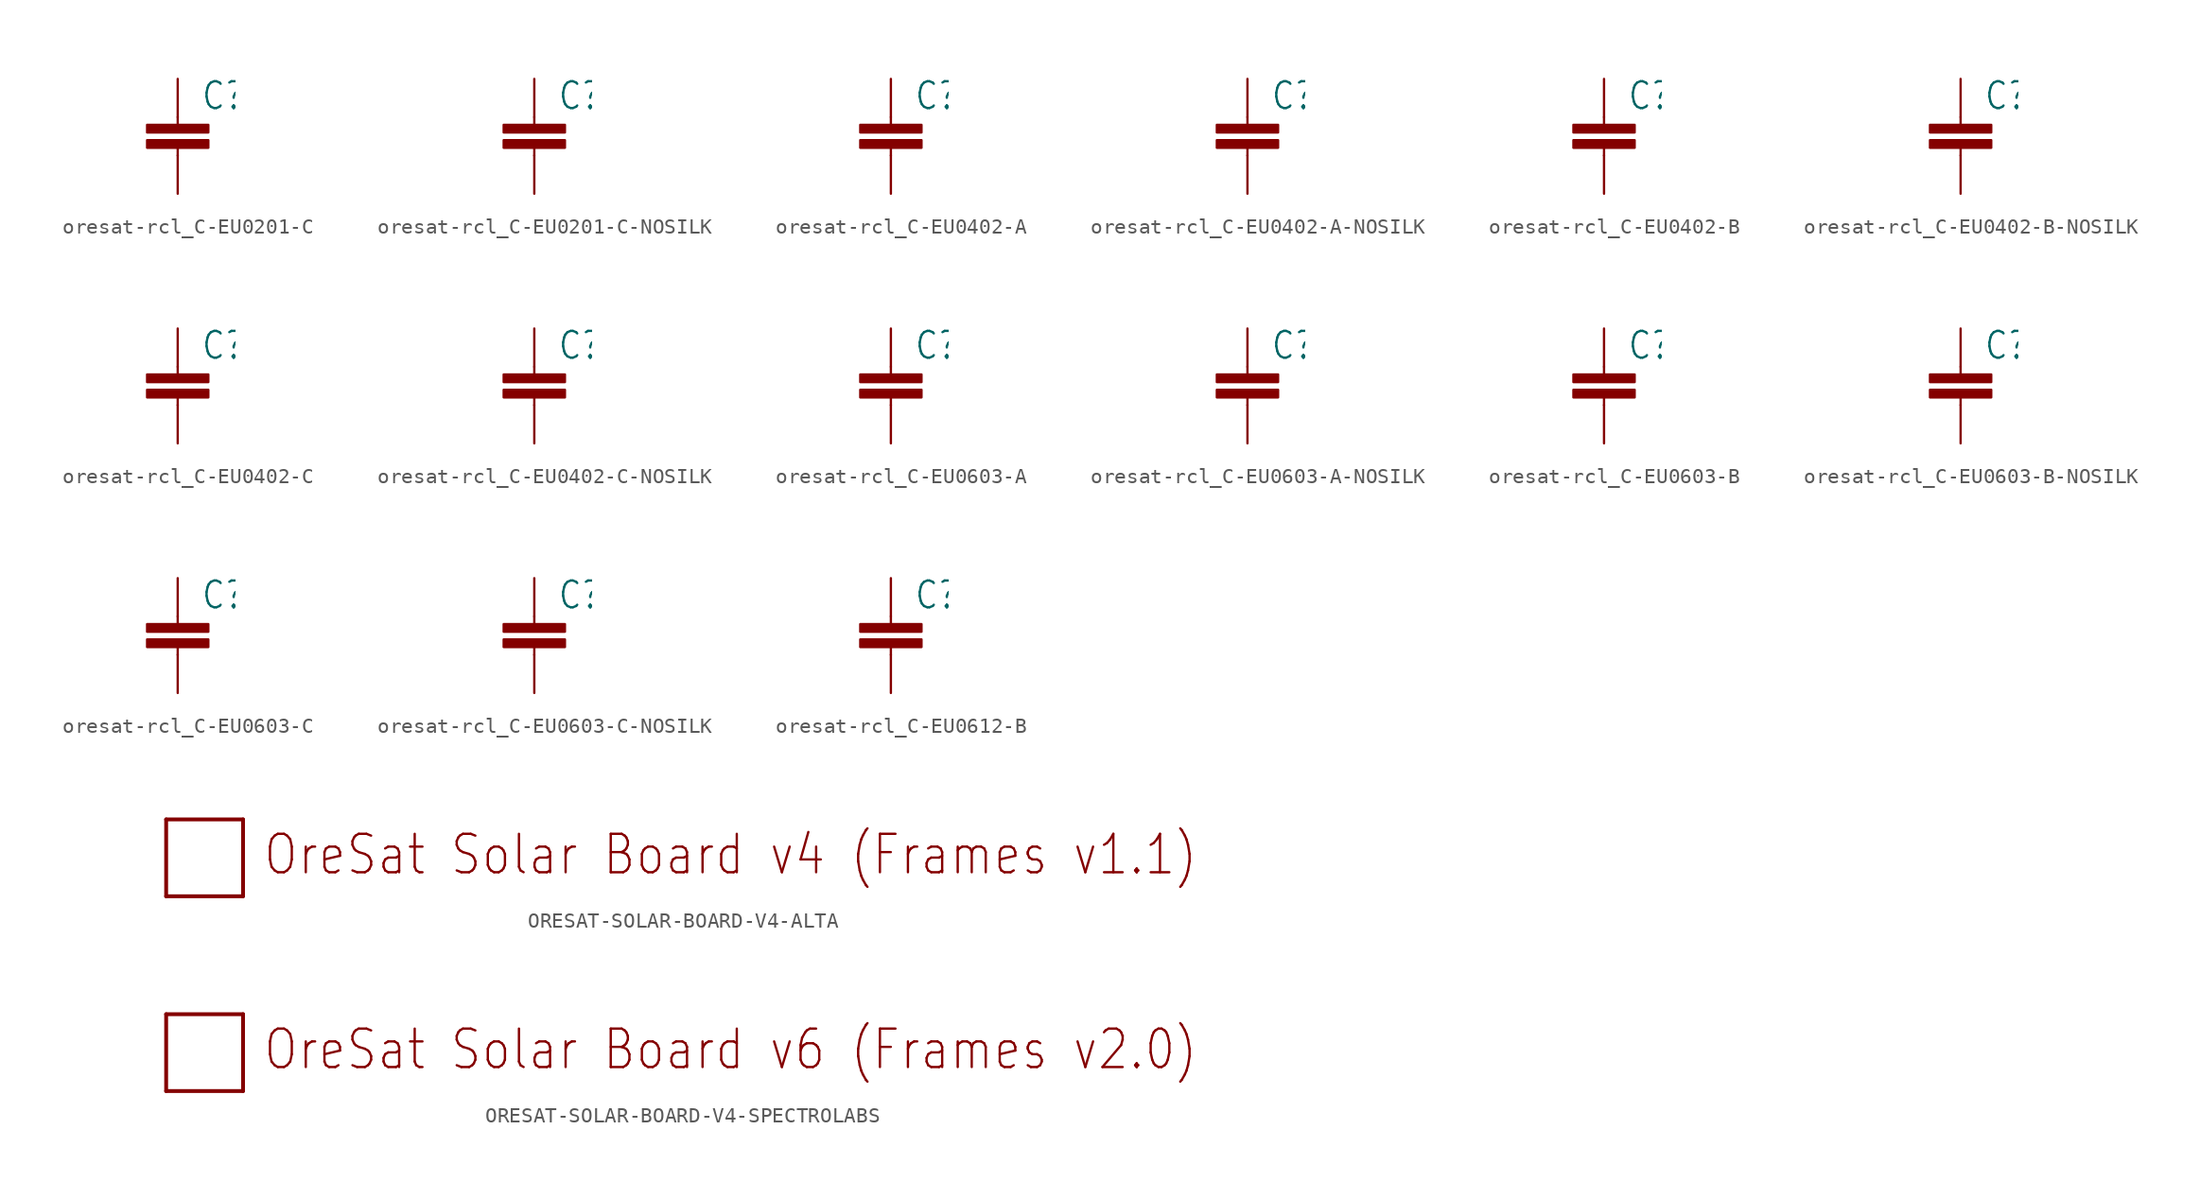
<source format=kicad_sym>
(kicad_symbol_lib
  (version 20220914)
  (generator kicad_symbol_editor)
  (symbol "oresat-rcl_C-EU0201-C"
    (property "Reference" "C"
      (at 1.524 0.381 0)
      (effects (font (size 1.778 1.511)) (justify left bottom)))
    (property "Value" ""
      (at 1.524 -4.699 0)
      (effects (font (size 1.778 1.511)) (justify left bottom)))
    (property "ki_locked" ""
      (at 0 0 0)
      (effects (font (size 1.27 1.27))))
    (symbol "oresat-rcl_C-EU0201-C_1_0"
      (rectangle (start -2.032 -2.032) (end 2.032 -1.524) (stroke (width 0) (type default)) (fill (type outline)))
      (rectangle (start -2.032 -1.016) (end 2.032 -0.508) (stroke (width 0) (type default)) (fill (type outline)))
      (polyline (pts (xy 0 -2.54) (xy 0 -2.032)) (stroke (width 0.152) (type solid)) (fill (type none)))
      (polyline (pts (xy 0 0) (xy 0 -0.508)) (stroke (width 0.152) (type solid)) (fill (type none)))
      (pin passive line (at 0 2.54 270) (length 2.54) (name "1" (effects (font (size 0 0)))) (number "1" (effects (font (size 0 0)))))
      (pin passive line (at 0 -5.08 90) (length 2.54) (name "2" (effects (font (size 0 0)))) (number "2" (effects (font (size 0 0)))))))
  (symbol "oresat-rcl_C-EU0201-C-NOSILK"
    (property "Reference" "C"
      (at 1.524 0.381 0)
      (effects (font (size 1.778 1.511)) (justify left bottom)))
    (property "Value" ""
      (at 1.524 -4.699 0)
      (effects (font (size 1.778 1.511)) (justify left bottom)))
    (property "ki_locked" ""
      (at 0 0 0)
      (effects (font (size 1.27 1.27))))
    (symbol "oresat-rcl_C-EU0201-C-NOSILK_1_0"
      (rectangle (start -2.032 -2.032) (end 2.032 -1.524) (stroke (width 0) (type default)) (fill (type outline)))
      (rectangle (start -2.032 -1.016) (end 2.032 -0.508) (stroke (width 0) (type default)) (fill (type outline)))
      (polyline (pts (xy 0 -2.54) (xy 0 -2.032)) (stroke (width 0.152) (type solid)) (fill (type none)))
      (polyline (pts (xy 0 0) (xy 0 -0.508)) (stroke (width 0.152) (type solid)) (fill (type none)))
      (pin passive line (at 0 2.54 270) (length 2.54) (name "1" (effects (font (size 0 0)))) (number "1" (effects (font (size 0 0)))))
      (pin passive line (at 0 -5.08 90) (length 2.54) (name "2" (effects (font (size 0 0)))) (number "2" (effects (font (size 0 0)))))))
  (symbol "oresat-rcl_C-EU0402-A"
    (property "Reference" "C"
      (at 1.524 0.381 0)
      (effects (font (size 1.778 1.511)) (justify left bottom)))
    (property "Value" ""
      (at 1.524 -4.699 0)
      (effects (font (size 1.778 1.511)) (justify left bottom)))
    (property "ki_locked" ""
      (at 0 0 0)
      (effects (font (size 1.27 1.27))))
    (symbol "oresat-rcl_C-EU0402-A_1_0"
      (rectangle (start -2.032 -2.032) (end 2.032 -1.524) (stroke (width 0) (type default)) (fill (type outline)))
      (rectangle (start -2.032 -1.016) (end 2.032 -0.508) (stroke (width 0) (type default)) (fill (type outline)))
      (polyline (pts (xy 0 -2.54) (xy 0 -2.032)) (stroke (width 0.152) (type solid)) (fill (type none)))
      (polyline (pts (xy 0 0) (xy 0 -0.508)) (stroke (width 0.152) (type solid)) (fill (type none)))
      (pin passive line (at 0 2.54 270) (length 2.54) (name "1" (effects (font (size 0 0)))) (number "1" (effects (font (size 0 0)))))
      (pin passive line (at 0 -5.08 90) (length 2.54) (name "2" (effects (font (size 0 0)))) (number "2" (effects (font (size 0 0)))))))
  (symbol "oresat-rcl_C-EU0402-A-NOSILK"
    (property "Reference" "C"
      (at 1.524 0.381 0)
      (effects (font (size 1.778 1.511)) (justify left bottom)))
    (property "Value" ""
      (at 1.524 -4.699 0)
      (effects (font (size 1.778 1.511)) (justify left bottom)))
    (property "ki_locked" ""
      (at 0 0 0)
      (effects (font (size 1.27 1.27))))
    (symbol "oresat-rcl_C-EU0402-A-NOSILK_1_0"
      (rectangle (start -2.032 -2.032) (end 2.032 -1.524) (stroke (width 0) (type default)) (fill (type outline)))
      (rectangle (start -2.032 -1.016) (end 2.032 -0.508) (stroke (width 0) (type default)) (fill (type outline)))
      (polyline (pts (xy 0 -2.54) (xy 0 -2.032)) (stroke (width 0.152) (type solid)) (fill (type none)))
      (polyline (pts (xy 0 0) (xy 0 -0.508)) (stroke (width 0.152) (type solid)) (fill (type none)))
      (pin passive line (at 0 2.54 270) (length 2.54) (name "1" (effects (font (size 0 0)))) (number "1" (effects (font (size 0 0)))))
      (pin passive line (at 0 -5.08 90) (length 2.54) (name "2" (effects (font (size 0 0)))) (number "2" (effects (font (size 0 0)))))))
  (symbol "oresat-rcl_C-EU0402-B"
    (property "Reference" "C"
      (at 1.524 0.381 0)
      (effects (font (size 1.778 1.511)) (justify left bottom)))
    (property "Value" ""
      (at 1.524 -4.699 0)
      (effects (font (size 1.778 1.511)) (justify left bottom)))
    (property "ki_locked" ""
      (at 0 0 0)
      (effects (font (size 1.27 1.27))))
    (symbol "oresat-rcl_C-EU0402-B_1_0"
      (rectangle (start -2.032 -2.032) (end 2.032 -1.524) (stroke (width 0) (type default)) (fill (type outline)))
      (rectangle (start -2.032 -1.016) (end 2.032 -0.508) (stroke (width 0) (type default)) (fill (type outline)))
      (polyline (pts (xy 0 -2.54) (xy 0 -2.032)) (stroke (width 0.152) (type solid)) (fill (type none)))
      (polyline (pts (xy 0 0) (xy 0 -0.508)) (stroke (width 0.152) (type solid)) (fill (type none)))
      (pin passive line (at 0 2.54 270) (length 2.54) (name "1" (effects (font (size 0 0)))) (number "1" (effects (font (size 0 0)))))
      (pin passive line (at 0 -5.08 90) (length 2.54) (name "2" (effects (font (size 0 0)))) (number "2" (effects (font (size 0 0)))))))
  (symbol "oresat-rcl_C-EU0402-B-NOSILK"
    (property "Reference" "C"
      (at 1.524 0.381 0)
      (effects (font (size 1.778 1.511)) (justify left bottom)))
    (property "Value" ""
      (at 1.524 -4.699 0)
      (effects (font (size 1.778 1.511)) (justify left bottom)))
    (property "ki_locked" ""
      (at 0 0 0)
      (effects (font (size 1.27 1.27))))
    (symbol "oresat-rcl_C-EU0402-B-NOSILK_1_0"
      (rectangle (start -2.032 -2.032) (end 2.032 -1.524) (stroke (width 0) (type default)) (fill (type outline)))
      (rectangle (start -2.032 -1.016) (end 2.032 -0.508) (stroke (width 0) (type default)) (fill (type outline)))
      (polyline (pts (xy 0 -2.54) (xy 0 -2.032)) (stroke (width 0.152) (type solid)) (fill (type none)))
      (polyline (pts (xy 0 0) (xy 0 -0.508)) (stroke (width 0.152) (type solid)) (fill (type none)))
      (pin passive line (at 0 2.54 270) (length 2.54) (name "1" (effects (font (size 0 0)))) (number "1" (effects (font (size 0 0)))))
      (pin passive line (at 0 -5.08 90) (length 2.54) (name "2" (effects (font (size 0 0)))) (number "2" (effects (font (size 0 0)))))))
  (symbol "oresat-rcl_C-EU0402-C"
    (property "Reference" "C"
      (at 1.524 0.381 0)
      (effects (font (size 1.778 1.511)) (justify left bottom)))
    (property "Value" ""
      (at 1.524 -4.699 0)
      (effects (font (size 1.778 1.511)) (justify left bottom)))
    (property "ki_locked" ""
      (at 0 0 0)
      (effects (font (size 1.27 1.27))))
    (symbol "oresat-rcl_C-EU0402-C_1_0"
      (rectangle (start -2.032 -2.032) (end 2.032 -1.524) (stroke (width 0) (type default)) (fill (type outline)))
      (rectangle (start -2.032 -1.016) (end 2.032 -0.508) (stroke (width 0) (type default)) (fill (type outline)))
      (polyline (pts (xy 0 -2.54) (xy 0 -2.032)) (stroke (width 0.152) (type solid)) (fill (type none)))
      (polyline (pts (xy 0 0) (xy 0 -0.508)) (stroke (width 0.152) (type solid)) (fill (type none)))
      (pin passive line (at 0 2.54 270) (length 2.54) (name "1" (effects (font (size 0 0)))) (number "1" (effects (font (size 0 0)))))
      (pin passive line (at 0 -5.08 90) (length 2.54) (name "2" (effects (font (size 0 0)))) (number "2" (effects (font (size 0 0)))))))
  (symbol "oresat-rcl_C-EU0402-C-NOSILK"
    (property "Reference" "C"
      (at 1.524 0.381 0)
      (effects (font (size 1.778 1.511)) (justify left bottom)))
    (property "Value" ""
      (at 1.524 -4.699 0)
      (effects (font (size 1.778 1.511)) (justify left bottom)))
    (property "ki_locked" ""
      (at 0 0 0)
      (effects (font (size 1.27 1.27))))
    (symbol "oresat-rcl_C-EU0402-C-NOSILK_1_0"
      (rectangle (start -2.032 -2.032) (end 2.032 -1.524) (stroke (width 0) (type default)) (fill (type outline)))
      (rectangle (start -2.032 -1.016) (end 2.032 -0.508) (stroke (width 0) (type default)) (fill (type outline)))
      (polyline (pts (xy 0 -2.54) (xy 0 -2.032)) (stroke (width 0.152) (type solid)) (fill (type none)))
      (polyline (pts (xy 0 0) (xy 0 -0.508)) (stroke (width 0.152) (type solid)) (fill (type none)))
      (pin passive line (at 0 2.54 270) (length 2.54) (name "1" (effects (font (size 0 0)))) (number "1" (effects (font (size 0 0)))))
      (pin passive line (at 0 -5.08 90) (length 2.54) (name "2" (effects (font (size 0 0)))) (number "2" (effects (font (size 0 0)))))))
  (symbol "oresat-rcl_C-EU0603-A"
    (property "Reference" "C"
      (at 1.524 0.381 0)
      (effects (font (size 1.778 1.511)) (justify left bottom)))
    (property "Value" ""
      (at 1.524 -4.699 0)
      (effects (font (size 1.778 1.511)) (justify left bottom)))
    (property "ki_locked" ""
      (at 0 0 0)
      (effects (font (size 1.27 1.27))))
    (symbol "oresat-rcl_C-EU0603-A_1_0"
      (rectangle (start -2.032 -2.032) (end 2.032 -1.524) (stroke (width 0) (type default)) (fill (type outline)))
      (rectangle (start -2.032 -1.016) (end 2.032 -0.508) (stroke (width 0) (type default)) (fill (type outline)))
      (polyline (pts (xy 0 -2.54) (xy 0 -2.032)) (stroke (width 0.152) (type solid)) (fill (type none)))
      (polyline (pts (xy 0 0) (xy 0 -0.508)) (stroke (width 0.152) (type solid)) (fill (type none)))
      (pin passive line (at 0 2.54 270) (length 2.54) (name "1" (effects (font (size 0 0)))) (number "1" (effects (font (size 0 0)))))
      (pin passive line (at 0 -5.08 90) (length 2.54) (name "2" (effects (font (size 0 0)))) (number "2" (effects (font (size 0 0)))))))
  (symbol "oresat-rcl_C-EU0603-A-NOSILK"
    (property "Reference" "C"
      (at 1.524 0.381 0)
      (effects (font (size 1.778 1.511)) (justify left bottom)))
    (property "Value" ""
      (at 1.524 -4.699 0)
      (effects (font (size 1.778 1.511)) (justify left bottom)))
    (property "ki_locked" ""
      (at 0 0 0)
      (effects (font (size 1.27 1.27))))
    (symbol "oresat-rcl_C-EU0603-A-NOSILK_1_0"
      (rectangle (start -2.032 -2.032) (end 2.032 -1.524) (stroke (width 0) (type default)) (fill (type outline)))
      (rectangle (start -2.032 -1.016) (end 2.032 -0.508) (stroke (width 0) (type default)) (fill (type outline)))
      (polyline (pts (xy 0 -2.54) (xy 0 -2.032)) (stroke (width 0.152) (type solid)) (fill (type none)))
      (polyline (pts (xy 0 0) (xy 0 -0.508)) (stroke (width 0.152) (type solid)) (fill (type none)))
      (pin passive line (at 0 2.54 270) (length 2.54) (name "1" (effects (font (size 0 0)))) (number "1" (effects (font (size 0 0)))))
      (pin passive line (at 0 -5.08 90) (length 2.54) (name "2" (effects (font (size 0 0)))) (number "2" (effects (font (size 0 0)))))))
  (symbol "oresat-rcl_C-EU0603-B"
    (property "Reference" "C"
      (at 1.524 0.381 0)
      (effects (font (size 1.778 1.511)) (justify left bottom)))
    (property "Value" ""
      (at 1.524 -4.699 0)
      (effects (font (size 1.778 1.511)) (justify left bottom)))
    (property "ki_locked" ""
      (at 0 0 0)
      (effects (font (size 1.27 1.27))))
    (symbol "oresat-rcl_C-EU0603-B_1_0"
      (rectangle (start -2.032 -2.032) (end 2.032 -1.524) (stroke (width 0) (type default)) (fill (type outline)))
      (rectangle (start -2.032 -1.016) (end 2.032 -0.508) (stroke (width 0) (type default)) (fill (type outline)))
      (polyline (pts (xy 0 -2.54) (xy 0 -2.032)) (stroke (width 0.152) (type solid)) (fill (type none)))
      (polyline (pts (xy 0 0) (xy 0 -0.508)) (stroke (width 0.152) (type solid)) (fill (type none)))
      (pin passive line (at 0 2.54 270) (length 2.54) (name "1" (effects (font (size 0 0)))) (number "1" (effects (font (size 0 0)))))
      (pin passive line (at 0 -5.08 90) (length 2.54) (name "2" (effects (font (size 0 0)))) (number "2" (effects (font (size 0 0)))))))
  (symbol "oresat-rcl_C-EU0603-B-NOSILK"
    (property "Reference" "C"
      (at 1.524 0.381 0)
      (effects (font (size 1.778 1.511)) (justify left bottom)))
    (property "Value" ""
      (at 1.524 -4.699 0)
      (effects (font (size 1.778 1.511)) (justify left bottom)))
    (property "ki_locked" ""
      (at 0 0 0)
      (effects (font (size 1.27 1.27))))
    (symbol "oresat-rcl_C-EU0603-B-NOSILK_1_0"
      (rectangle (start -2.032 -2.032) (end 2.032 -1.524) (stroke (width 0) (type default)) (fill (type outline)))
      (rectangle (start -2.032 -1.016) (end 2.032 -0.508) (stroke (width 0) (type default)) (fill (type outline)))
      (polyline (pts (xy 0 -2.54) (xy 0 -2.032)) (stroke (width 0.152) (type solid)) (fill (type none)))
      (polyline (pts (xy 0 0) (xy 0 -0.508)) (stroke (width 0.152) (type solid)) (fill (type none)))
      (pin passive line (at 0 2.54 270) (length 2.54) (name "1" (effects (font (size 0 0)))) (number "1" (effects (font (size 0 0)))))
      (pin passive line (at 0 -5.08 90) (length 2.54) (name "2" (effects (font (size 0 0)))) (number "2" (effects (font (size 0 0)))))))
  (symbol "oresat-rcl_C-EU0603-C"
    (property "Reference" "C"
      (at 1.524 0.381 0)
      (effects (font (size 1.778 1.511)) (justify left bottom)))
    (property "Value" ""
      (at 1.524 -4.699 0)
      (effects (font (size 1.778 1.511)) (justify left bottom)))
    (property "ki_locked" ""
      (at 0 0 0)
      (effects (font (size 1.27 1.27))))
    (symbol "oresat-rcl_C-EU0603-C_1_0"
      (rectangle (start -2.032 -2.032) (end 2.032 -1.524) (stroke (width 0) (type default)) (fill (type outline)))
      (rectangle (start -2.032 -1.016) (end 2.032 -0.508) (stroke (width 0) (type default)) (fill (type outline)))
      (polyline (pts (xy 0 -2.54) (xy 0 -2.032)) (stroke (width 0.152) (type solid)) (fill (type none)))
      (polyline (pts (xy 0 0) (xy 0 -0.508)) (stroke (width 0.152) (type solid)) (fill (type none)))
      (pin passive line (at 0 2.54 270) (length 2.54) (name "1" (effects (font (size 0 0)))) (number "1" (effects (font (size 0 0)))))
      (pin passive line (at 0 -5.08 90) (length 2.54) (name "2" (effects (font (size 0 0)))) (number "2" (effects (font (size 0 0)))))))
  (symbol "oresat-rcl_C-EU0603-C-NOSILK"
    (property "Reference" "C"
      (at 1.524 0.381 0)
      (effects (font (size 1.778 1.511)) (justify left bottom)))
    (property "Value" ""
      (at 1.524 -4.699 0)
      (effects (font (size 1.778 1.511)) (justify left bottom)))
    (property "ki_locked" ""
      (at 0 0 0)
      (effects (font (size 1.27 1.27))))
    (symbol "oresat-rcl_C-EU0603-C-NOSILK_1_0"
      (rectangle (start -2.032 -2.032) (end 2.032 -1.524) (stroke (width 0) (type default)) (fill (type outline)))
      (rectangle (start -2.032 -1.016) (end 2.032 -0.508) (stroke (width 0) (type default)) (fill (type outline)))
      (polyline (pts (xy 0 -2.54) (xy 0 -2.032)) (stroke (width 0.152) (type solid)) (fill (type none)))
      (polyline (pts (xy 0 0) (xy 0 -0.508)) (stroke (width 0.152) (type solid)) (fill (type none)))
      (pin passive line (at 0 2.54 270) (length 2.54) (name "1" (effects (font (size 0 0)))) (number "1" (effects (font (size 0 0)))))
      (pin passive line (at 0 -5.08 90) (length 2.54) (name "2" (effects (font (size 0 0)))) (number "2" (effects (font (size 0 0)))))))
  (symbol "oresat-rcl_C-EU0612-B"
    (property "Reference" "C"
      (at 1.524 0.381 0)
      (effects (font (size 1.778 1.511)) (justify left bottom)))
    (property "Value" ""
      (at 1.524 -4.699 0)
      (effects (font (size 1.778 1.511)) (justify left bottom)))
    (property "ki_locked" ""
      (at 0 0 0)
      (effects (font (size 1.27 1.27))))
    (symbol "oresat-rcl_C-EU0612-B_1_0"
      (rectangle (start -2.032 -2.032) (end 2.032 -1.524) (stroke (width 0) (type default)) (fill (type outline)))
      (rectangle (start -2.032 -1.016) (end 2.032 -0.508) (stroke (width 0) (type default)) (fill (type outline)))
      (polyline (pts (xy 0 -2.54) (xy 0 -2.032)) (stroke (width 0.152) (type solid)) (fill (type none)))
      (polyline (pts (xy 0 0) (xy 0 -0.508)) (stroke (width 0.152) (type solid)) (fill (type none)))
      (pin passive line (at 0 2.54 270) (length 2.54) (name "1" (effects (font (size 0 0)))) (number "1" (effects (font (size 0 0)))))
      (pin passive line (at 0 -5.08 90) (length 2.54) (name "2" (effects (font (size 0 0)))) (number "2" (effects (font (size 0 0)))))))
  (symbol "ORESAT-SOLAR-BOARD-V4-ALTA"
    (property "Reference" "PCB"
      (at 0 0 0)
      (effects (font (size 1.27 1.27)) hide))
    (property "ki_locked" ""
      (at 0 0 0)
      (effects (font (size 1.27 1.27))))
    (symbol "ORESAT-SOLAR-BOARD-V4-ALTA_1_0"
      (polyline (pts (xy -2.54 -2.54) (xy 2.54 -2.54)) (stroke (width 0.254) (type solid)) (fill (type none)))
      (polyline (pts (xy -2.54 2.54) (xy -2.54 -2.54)) (stroke (width 0.254) (type solid)) (fill (type none)))
      (polyline (pts (xy 2.54 -2.54) (xy 2.54 2.54)) (stroke (width 0.254) (type solid)) (fill (type none)))
      (polyline (pts (xy 2.54 2.54) (xy -2.54 2.54)) (stroke (width 0.254) (type solid)) (fill (type none)))
      (text "OreSat Solar Board v4 (Frames v1.1)" (at 3.81 -1.27 0) (effects (font (size 2.54 2.159)) (justify left bottom)))))
  (symbol "ORESAT-SOLAR-BOARD-V4-SPECTROLABS"
    (property "Reference" "PCB"
      (at 0 0 0)
      (effects (font (size 1.27 1.27)) hide))
    (property "ki_locked" ""
      (at 0 0 0)
      (effects (font (size 1.27 1.27))))
    (symbol "ORESAT-SOLAR-BOARD-V4-SPECTROLABS_1_0"
      (polyline (pts (xy -2.54 -2.54) (xy 2.54 -2.54)) (stroke (width 0.254) (type solid)) (fill (type none)))
      (polyline (pts (xy -2.54 2.54) (xy -2.54 -2.54)) (stroke (width 0.254) (type solid)) (fill (type none)))
      (polyline (pts (xy 2.54 -2.54) (xy 2.54 2.54)) (stroke (width 0.254) (type solid)) (fill (type none)))
      (polyline (pts (xy 2.54 2.54) (xy -2.54 2.54)) (stroke (width 0.254) (type solid)) (fill (type none)))
      (text "OreSat Solar Board v6 (Frames v2.0)" (at 3.81 -1.27 0) (effects (font (size 2.54 2.159)) (justify left bottom))))))
</source>
